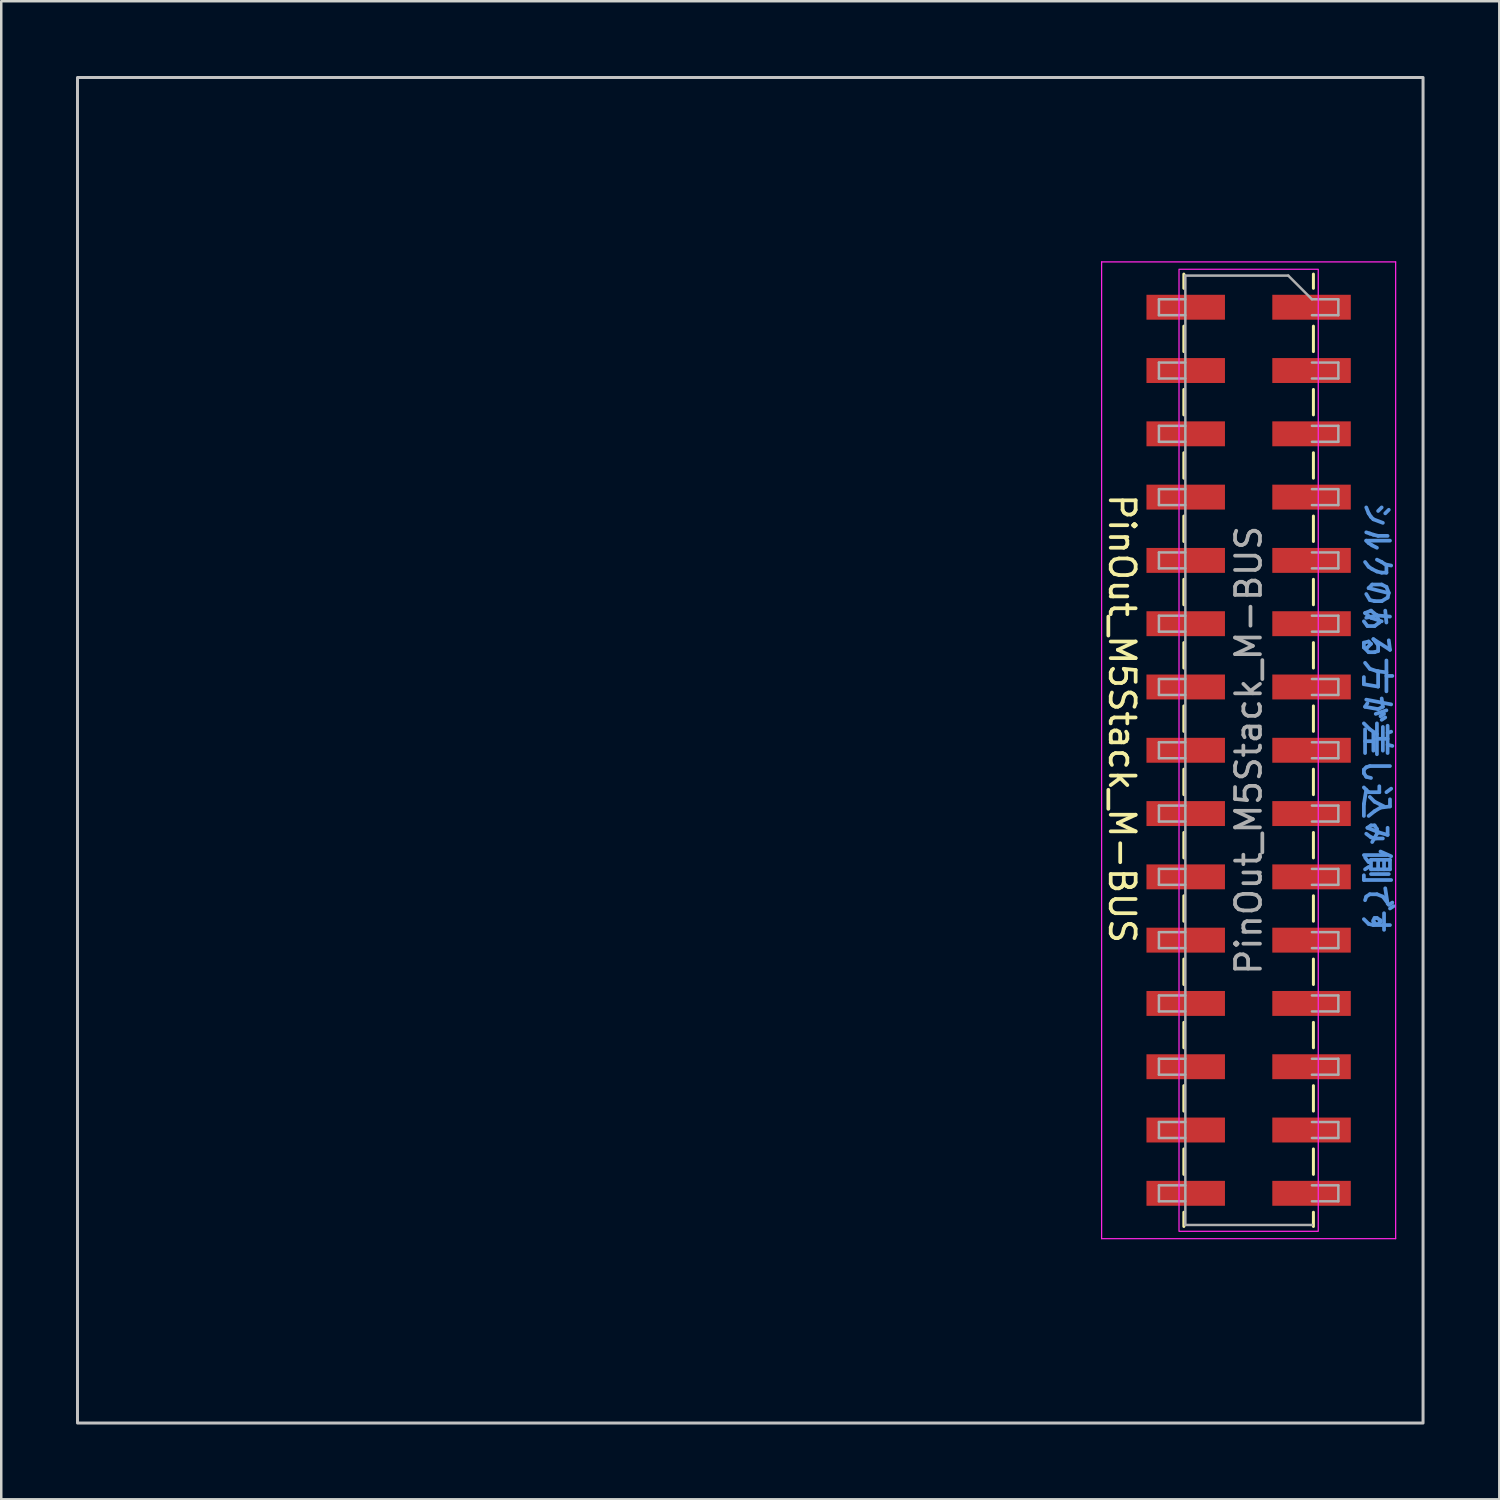
<source format=kicad_pcb>
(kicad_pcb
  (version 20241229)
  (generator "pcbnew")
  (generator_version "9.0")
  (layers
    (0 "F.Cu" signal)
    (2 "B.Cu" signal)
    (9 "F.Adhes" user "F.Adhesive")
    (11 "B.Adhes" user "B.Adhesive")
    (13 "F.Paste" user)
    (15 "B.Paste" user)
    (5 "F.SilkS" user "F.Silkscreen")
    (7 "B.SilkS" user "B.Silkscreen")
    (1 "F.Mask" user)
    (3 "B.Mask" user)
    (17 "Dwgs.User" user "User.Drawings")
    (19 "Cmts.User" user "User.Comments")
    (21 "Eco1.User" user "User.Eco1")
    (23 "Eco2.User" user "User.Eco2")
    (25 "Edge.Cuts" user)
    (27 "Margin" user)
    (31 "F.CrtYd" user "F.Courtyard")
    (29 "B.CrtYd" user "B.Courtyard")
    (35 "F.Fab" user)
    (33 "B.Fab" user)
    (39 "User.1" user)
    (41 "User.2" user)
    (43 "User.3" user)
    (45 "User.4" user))
  (footprint "PinOut_M5Stack_M-BUS"
    (layer "F.Cu")
    (at 47.06 27.06)
    (property "Reference" "PinOut_M5Stack_M-BUS" (at -5.08 -1.27 270) (unlocked yes) (layer "F.SilkS") (effects (font (size 1 1) (thickness 0.15))))
    (attr through_hole)
    (fp_line (start -2.6 -19.11) (end -2.6 -18.54) (stroke (width 0.12) (type solid)) (layer "F.SilkS"))
    (fp_line (start -2.6 -17.02) (end -2.6 -16) (stroke (width 0.12) (type solid)) (layer "F.SilkS"))
    (fp_line (start -2.6 -14.48) (end -2.6 -13.46) (stroke (width 0.12) (type solid)) (layer "F.SilkS"))
    (fp_line (start -2.6 -11.94) (end -2.6 -10.92) (stroke (width 0.12) (type solid)) (layer "F.SilkS"))
    (fp_line (start -2.6 -9.4) (end -2.6 -8.38) (stroke (width 0.12) (type solid)) (layer "F.SilkS"))
    (fp_line (start -2.6 -6.86) (end -2.6 -5.84) (stroke (width 0.12) (type solid)) (layer "F.SilkS"))
    (fp_line (start -2.6 -4.32) (end -2.6 -3.3) (stroke (width 0.12) (type solid)) (layer "F.SilkS"))
    (fp_line (start -2.6 -1.78) (end -2.6 -0.76) (stroke (width 0.12) (type solid)) (layer "F.SilkS"))
    (fp_line (start -2.6 0.76) (end -2.6 1.78) (stroke (width 0.12) (type solid)) (layer "F.SilkS"))
    (fp_line (start -2.6 3.3) (end -2.6 4.32) (stroke (width 0.12) (type solid)) (layer "F.SilkS"))
    (fp_line (start -2.6 5.84) (end -2.6 6.86) (stroke (width 0.12) (type solid)) (layer "F.SilkS"))
    (fp_line (start -2.6 8.38) (end -2.6 9.4) (stroke (width 0.12) (type solid)) (layer "F.SilkS"))
    (fp_line (start -2.6 10.92) (end -2.6 11.94) (stroke (width 0.12) (type solid)) (layer "F.SilkS"))
    (fp_line (start -2.6 13.46) (end -2.6 14.48) (stroke (width 0.12) (type solid)) (layer "F.SilkS"))
    (fp_line (start -2.6 16) (end -2.6 17.02) (stroke (width 0.12) (type solid)) (layer "F.SilkS"))
    (fp_line (start -2.6 18.54) (end -2.6 19.11) (stroke (width 0.12) (type solid)) (layer "F.SilkS"))
    (fp_line (start 2.6 -19.11) (end 2.6 -18.54) (stroke (width 0.12) (type solid)) (layer "F.SilkS"))
    (fp_line (start 2.6 -17.02) (end 2.6 -16) (stroke (width 0.12) (type solid)) (layer "F.SilkS"))
    (fp_line (start 2.6 -14.48) (end 2.6 -13.46) (stroke (width 0.12) (type solid)) (layer "F.SilkS"))
    (fp_line (start 2.6 -11.94) (end 2.6 -10.92) (stroke (width 0.12) (type solid)) (layer "F.SilkS"))
    (fp_line (start 2.6 -9.4) (end 2.6 -8.38) (stroke (width 0.12) (type solid)) (layer "F.SilkS"))
    (fp_line (start 2.6 -6.86) (end 2.6 -5.84) (stroke (width 0.12) (type solid)) (layer "F.SilkS"))
    (fp_line (start 2.6 -4.32) (end 2.6 -3.3) (stroke (width 0.12) (type solid)) (layer "F.SilkS"))
    (fp_line (start 2.6 -1.78) (end 2.6 -0.76) (stroke (width 0.12) (type solid)) (layer "F.SilkS"))
    (fp_line (start 2.6 0.76) (end 2.6 1.78) (stroke (width 0.12) (type solid)) (layer "F.SilkS"))
    (fp_line (start 2.6 3.3) (end 2.6 4.32) (stroke (width 0.12) (type solid)) (layer "F.SilkS"))
    (fp_line (start 2.6 5.84) (end 2.6 6.86) (stroke (width 0.12) (type solid)) (layer "F.SilkS"))
    (fp_line (start 2.6 8.38) (end 2.6 9.4) (stroke (width 0.12) (type solid)) (layer "F.SilkS"))
    (fp_line (start 2.6 10.92) (end 2.6 11.94) (stroke (width 0.12) (type solid)) (layer "F.SilkS"))
    (fp_line (start 2.6 13.46) (end 2.6 14.48) (stroke (width 0.12) (type solid)) (layer "F.SilkS"))
    (fp_line (start 2.6 16) (end 2.6 17.02) (stroke (width 0.12) (type solid)) (layer "F.SilkS"))
    (fp_line (start 2.6 18.54) (end 2.6 19.11) (stroke (width 0.12) (type solid)) (layer "F.SilkS"))
    (fp_rect (start -47 -27) (end 7 27) (stroke (width 0.12) (type default)) (fill no) (layer "Dwgs.User"))
    (fp_line (start -5.9 -19.6) (end 5.9 -19.6) (stroke (width 0.05) (type solid)) (layer "F.CrtYd"))
    (fp_line (start -5.9 19.6) (end -5.9 -19.6) (stroke (width 0.05) (type solid)) (layer "F.CrtYd"))
    (fp_line (start 5.9 -19.6) (end 5.9 19.6) (stroke (width 0.05) (type solid)) (layer "F.CrtYd"))
    (fp_line (start 5.9 19.6) (end -5.9 19.6) (stroke (width 0.05) (type solid)) (layer "F.CrtYd"))
    (fp_rect (start 2.794 -19.304) (end -2.794 19.304) (stroke (width 0.05) (type default)) (fill no) (layer "F.CrtYd"))
    (fp_line (start -3.6 -18.1) (end -3.6 -17.46) (stroke (width 0.1) (type solid)) (layer "F.Fab"))
    (fp_line (start -3.6 -17.46) (end -2.54 -17.46) (stroke (width 0.1) (type solid)) (layer "F.Fab"))
    (fp_line (start -3.6 -15.56) (end -3.6 -14.92) (stroke (width 0.1) (type solid)) (layer "F.Fab"))
    (fp_line (start -3.6 -14.92) (end -2.54 -14.92) (stroke (width 0.1) (type solid)) (layer "F.Fab"))
    (fp_line (start -3.6 -13.02) (end -3.6 -12.38) (stroke (width 0.1) (type solid)) (layer "F.Fab"))
    (fp_line (start -3.6 -12.38) (end -2.54 -12.38) (stroke (width 0.1) (type solid)) (layer "F.Fab"))
    (fp_line (start -3.6 -10.48) (end -3.6 -9.84) (stroke (width 0.1) (type solid)) (layer "F.Fab"))
    (fp_line (start -3.6 -9.84) (end -2.54 -9.84) (stroke (width 0.1) (type solid)) (layer "F.Fab"))
    (fp_line (start -3.6 -7.94) (end -3.6 -7.3) (stroke (width 0.1) (type solid)) (layer "F.Fab"))
    (fp_line (start -3.6 -7.3) (end -2.54 -7.3) (stroke (width 0.1) (type solid)) (layer "F.Fab"))
    (fp_line (start -3.6 -5.4) (end -3.6 -4.76) (stroke (width 0.1) (type solid)) (layer "F.Fab"))
    (fp_line (start -3.6 -4.76) (end -2.54 -4.76) (stroke (width 0.1) (type solid)) (layer "F.Fab"))
    (fp_line (start -3.6 -2.86) (end -3.6 -2.22) (stroke (width 0.1) (type solid)) (layer "F.Fab"))
    (fp_line (start -3.6 -2.22) (end -2.54 -2.22) (stroke (width 0.1) (type solid)) (layer "F.Fab"))
    (fp_line (start -3.6 -0.32) (end -3.6 0.32) (stroke (width 0.1) (type solid)) (layer "F.Fab"))
    (fp_line (start -3.6 0.32) (end -2.54 0.32) (stroke (width 0.1) (type solid)) (layer "F.Fab"))
    (fp_line (start -3.6 2.22) (end -3.6 2.86) (stroke (width 0.1) (type solid)) (layer "F.Fab"))
    (fp_line (start -3.6 2.86) (end -2.54 2.86) (stroke (width 0.1) (type solid)) (layer "F.Fab"))
    (fp_line (start -3.6 4.76) (end -3.6 5.4) (stroke (width 0.1) (type solid)) (layer "F.Fab"))
    (fp_line (start -3.6 5.4) (end -2.54 5.4) (stroke (width 0.1) (type solid)) (layer "F.Fab"))
    (fp_line (start -3.6 7.3) (end -3.6 7.94) (stroke (width 0.1) (type solid)) (layer "F.Fab"))
    (fp_line (start -3.6 7.94) (end -2.54 7.94) (stroke (width 0.1) (type solid)) (layer "F.Fab"))
    (fp_line (start -3.6 9.84) (end -3.6 10.48) (stroke (width 0.1) (type solid)) (layer "F.Fab"))
    (fp_line (start -3.6 10.48) (end -2.54 10.48) (stroke (width 0.1) (type solid)) (layer "F.Fab"))
    (fp_line (start -3.6 12.38) (end -3.6 13.02) (stroke (width 0.1) (type solid)) (layer "F.Fab"))
    (fp_line (start -3.6 13.02) (end -2.54 13.02) (stroke (width 0.1) (type solid)) (layer "F.Fab"))
    (fp_line (start -3.6 14.92) (end -3.6 15.56) (stroke (width 0.1) (type solid)) (layer "F.Fab"))
    (fp_line (start -3.6 15.56) (end -2.54 15.56) (stroke (width 0.1) (type solid)) (layer "F.Fab"))
    (fp_line (start -3.6 17.46) (end -3.6 18.1) (stroke (width 0.1) (type solid)) (layer "F.Fab"))
    (fp_line (start -3.6 18.1) (end -2.54 18.1) (stroke (width 0.1) (type solid)) (layer "F.Fab"))
    (fp_line (start -2.54 -19.05) (end -2.54 19.05) (stroke (width 0.1) (type solid)) (layer "F.Fab"))
    (fp_line (start -2.54 -18.1) (end -3.6 -18.1) (stroke (width 0.1) (type solid)) (layer "F.Fab"))
    (fp_line (start -2.54 -15.56) (end -3.6 -15.56) (stroke (width 0.1) (type solid)) (layer "F.Fab"))
    (fp_line (start -2.54 -13.02) (end -3.6 -13.02) (stroke (width 0.1) (type solid)) (layer "F.Fab"))
    (fp_line (start -2.54 -10.48) (end -3.6 -10.48) (stroke (width 0.1) (type solid)) (layer "F.Fab"))
    (fp_line (start -2.54 -7.94) (end -3.6 -7.94) (stroke (width 0.1) (type solid)) (layer "F.Fab"))
    (fp_line (start -2.54 -5.4) (end -3.6 -5.4) (stroke (width 0.1) (type solid)) (layer "F.Fab"))
    (fp_line (start -2.54 -2.86) (end -3.6 -2.86) (stroke (width 0.1) (type solid)) (layer "F.Fab"))
    (fp_line (start -2.54 -0.32) (end -3.6 -0.32) (stroke (width 0.1) (type solid)) (layer "F.Fab"))
    (fp_line (start -2.54 2.22) (end -3.6 2.22) (stroke (width 0.1) (type solid)) (layer "F.Fab"))
    (fp_line (start -2.54 4.76) (end -3.6 4.76) (stroke (width 0.1) (type solid)) (layer "F.Fab"))
    (fp_line (start -2.54 7.3) (end -3.6 7.3) (stroke (width 0.1) (type solid)) (layer "F.Fab"))
    (fp_line (start -2.54 9.84) (end -3.6 9.84) (stroke (width 0.1) (type solid)) (layer "F.Fab"))
    (fp_line (start -2.54 12.38) (end -3.6 12.38) (stroke (width 0.1) (type solid)) (layer "F.Fab"))
    (fp_line (start -2.54 14.92) (end -3.6 14.92) (stroke (width 0.1) (type solid)) (layer "F.Fab"))
    (fp_line (start -2.54 17.46) (end -3.6 17.46) (stroke (width 0.1) (type solid)) (layer "F.Fab"))
    (fp_line (start -2.54 19.05) (end 2.54 19.05) (stroke (width 0.1) (type solid)) (layer "F.Fab"))
    (fp_line (start 1.59 -19.05) (end -2.54 -19.05) (stroke (width 0.1) (type solid)) (layer "F.Fab"))
    (fp_line (start 2.54 -18.1) (end 1.59 -19.05) (stroke (width 0.1) (type solid)) (layer "F.Fab"))
    (fp_line (start 2.54 -18.1) (end 3.6 -18.1) (stroke (width 0.1) (type solid)) (layer "F.Fab"))
    (fp_line (start 2.54 -15.56) (end 3.6 -15.56) (stroke (width 0.1) (type solid)) (layer "F.Fab"))
    (fp_line (start 2.54 -13.02) (end 3.6 -13.02) (stroke (width 0.1) (type solid)) (layer "F.Fab"))
    (fp_line (start 2.54 -10.48) (end 3.6 -10.48) (stroke (width 0.1) (type solid)) (layer "F.Fab"))
    (fp_line (start 2.54 -7.94) (end 3.6 -7.94) (stroke (width 0.1) (type solid)) (layer "F.Fab"))
    (fp_line (start 2.54 -5.4) (end 3.6 -5.4) (stroke (width 0.1) (type solid)) (layer "F.Fab"))
    (fp_line (start 2.54 -2.86) (end 3.6 -2.86) (stroke (width 0.1) (type solid)) (layer "F.Fab"))
    (fp_line (start 2.54 -0.32) (end 3.6 -0.32) (stroke (width 0.1) (type solid)) (layer "F.Fab"))
    (fp_line (start 2.54 2.22) (end 3.6 2.22) (stroke (width 0.1) (type solid)) (layer "F.Fab"))
    (fp_line (start 2.54 4.76) (end 3.6 4.76) (stroke (width 0.1) (type solid)) (layer "F.Fab"))
    (fp_line (start 2.54 7.3) (end 3.6 7.3) (stroke (width 0.1) (type solid)) (layer "F.Fab"))
    (fp_line (start 2.54 9.84) (end 3.6 9.84) (stroke (width 0.1) (type solid)) (layer "F.Fab"))
    (fp_line (start 2.54 12.38) (end 3.6 12.38) (stroke (width 0.1) (type solid)) (layer "F.Fab"))
    (fp_line (start 2.54 14.92) (end 3.6 14.92) (stroke (width 0.1) (type solid)) (layer "F.Fab"))
    (fp_line (start 2.54 17.46) (end 3.6 17.46) (stroke (width 0.1) (type solid)) (layer "F.Fab"))
    (fp_line (start 3.6 -18.1) (end 3.6 -17.46) (stroke (width 0.1) (type solid)) (layer "F.Fab"))
    (fp_line (start 3.6 -17.46) (end 2.54 -17.46) (stroke (width 0.1) (type solid)) (layer "F.Fab"))
    (fp_line (start 3.6 -15.56) (end 3.6 -14.92) (stroke (width 0.1) (type solid)) (layer "F.Fab"))
    (fp_line (start 3.6 -14.92) (end 2.54 -14.92) (stroke (width 0.1) (type solid)) (layer "F.Fab"))
    (fp_line (start 3.6 -13.02) (end 3.6 -12.38) (stroke (width 0.1) (type solid)) (layer "F.Fab"))
    (fp_line (start 3.6 -12.38) (end 2.54 -12.38) (stroke (width 0.1) (type solid)) (layer "F.Fab"))
    (fp_line (start 3.6 -10.48) (end 3.6 -9.84) (stroke (width 0.1) (type solid)) (layer "F.Fab"))
    (fp_line (start 3.6 -9.84) (end 2.54 -9.84) (stroke (width 0.1) (type solid)) (layer "F.Fab"))
    (fp_line (start 3.6 -7.94) (end 3.6 -7.3) (stroke (width 0.1) (type solid)) (layer "F.Fab"))
    (fp_line (start 3.6 -7.3) (end 2.54 -7.3) (stroke (width 0.1) (type solid)) (layer "F.Fab"))
    (fp_line (start 3.6 -5.4) (end 3.6 -4.76) (stroke (width 0.1) (type solid)) (layer "F.Fab"))
    (fp_line (start 3.6 -4.76) (end 2.54 -4.76) (stroke (width 0.1) (type solid)) (layer "F.Fab"))
    (fp_line (start 3.6 -2.86) (end 3.6 -2.22) (stroke (width 0.1) (type solid)) (layer "F.Fab"))
    (fp_line (start 3.6 -2.22) (end 2.54 -2.22) (stroke (width 0.1) (type solid)) (layer "F.Fab"))
    (fp_line (start 3.6 -0.32) (end 3.6 0.32) (stroke (width 0.1) (type solid)) (layer "F.Fab"))
    (fp_line (start 3.6 0.32) (end 2.54 0.32) (stroke (width 0.1) (type solid)) (layer "F.Fab"))
    (fp_line (start 3.6 2.22) (end 3.6 2.86) (stroke (width 0.1) (type solid)) (layer "F.Fab"))
    (fp_line (start 3.6 2.86) (end 2.54 2.86) (stroke (width 0.1) (type solid)) (layer "F.Fab"))
    (fp_line (start 3.6 4.76) (end 3.6 5.4) (stroke (width 0.1) (type solid)) (layer "F.Fab"))
    (fp_line (start 3.6 5.4) (end 2.54 5.4) (stroke (width 0.1) (type solid)) (layer "F.Fab"))
    (fp_line (start 3.6 7.3) (end 3.6 7.94) (stroke (width 0.1) (type solid)) (layer "F.Fab"))
    (fp_line (start 3.6 7.94) (end 2.54 7.94) (stroke (width 0.1) (type solid)) (layer "F.Fab"))
    (fp_line (start 3.6 9.84) (end 3.6 10.48) (stroke (width 0.1) (type solid)) (layer "F.Fab"))
    (fp_line (start 3.6 10.48) (end 2.54 10.48) (stroke (width 0.1) (type solid)) (layer "F.Fab"))
    (fp_line (start 3.6 12.38) (end 3.6 13.02) (stroke (width 0.1) (type solid)) (layer "F.Fab"))
    (fp_line (start 3.6 13.02) (end 2.54 13.02) (stroke (width 0.1) (type solid)) (layer "F.Fab"))
    (fp_line (start 3.6 14.92) (end 3.6 15.56) (stroke (width 0.1) (type solid)) (layer "F.Fab"))
    (fp_line (start 3.6 15.56) (end 2.54 15.56) (stroke (width 0.1) (type solid)) (layer "F.Fab"))
    (fp_line (start 3.6 17.46) (end 3.6 18.1) (stroke (width 0.1) (type solid)) (layer "F.Fab"))
    (fp_line (start 3.6 18.1) (end 2.54 18.1) (stroke (width 0.1) (type solid)) (layer "F.Fab"))
    (fp_text user "シルクのある方が差し込み側です" (at 5.08 -1.27 270) (unlocked yes) (layer "Cmts.User") (effects (font (size 1 1) (thickness 0.15))))
    (fp_text user "${REFERENCE}" (at 0 0 90) (layer "F.Fab") (effects (font (size 1 1) (thickness 0.15))))
    (pad "1" smd rect (at 2.525 -17.78) (size 3.15 1) (layers "F.Cu" "F.Mask" "F.Paste"))
    (pad "2" smd rect (at -2.525 -17.78) (size 3.15 1) (layers "F.Cu" "F.Mask" "F.Paste"))
    (pad "3" smd rect (at 2.525 -15.24) (size 3.15 1) (layers "F.Cu" "F.Mask" "F.Paste"))
    (pad "4" smd rect (at -2.525 -15.24) (size 3.15 1) (layers "F.Cu" "F.Mask" "F.Paste"))
    (pad "5" smd rect (at 2.525 -12.7) (size 3.15 1) (layers "F.Cu" "F.Mask" "F.Paste"))
    (pad "6" smd rect (at -2.525 -12.7) (size 3.15 1) (layers "F.Cu" "F.Mask" "F.Paste"))
    (pad "7" smd rect (at 2.525 -10.16) (size 3.15 1) (layers "F.Cu" "F.Mask" "F.Paste"))
    (pad "8" smd rect (at -2.525 -10.16) (size 3.15 1) (layers "F.Cu" "F.Mask" "F.Paste"))
    (pad "9" smd rect (at 2.525 -7.62) (size 3.15 1) (layers "F.Cu" "F.Mask" "F.Paste"))
    (pad "10" smd rect (at -2.525 -7.62) (size 3.15 1) (layers "F.Cu" "F.Mask" "F.Paste"))
    (pad "11" smd rect (at 2.525 -5.08) (size 3.15 1) (layers "F.Cu" "F.Mask" "F.Paste"))
    (pad "12" smd rect (at -2.525 -5.08) (size 3.15 1) (layers "F.Cu" "F.Mask" "F.Paste"))
    (pad "13" smd rect (at 2.525 -2.54) (size 3.15 1) (layers "F.Cu" "F.Mask" "F.Paste"))
    (pad "14" smd rect (at -2.525 -2.54) (size 3.15 1) (layers "F.Cu" "F.Mask" "F.Paste"))
    (pad "15" smd rect (at 2.525 0) (size 3.15 1) (layers "F.Cu" "F.Mask" "F.Paste"))
    (pad "16" smd rect (at -2.525 0) (size 3.15 1) (layers "F.Cu" "F.Mask" "F.Paste"))
    (pad "17" smd rect (at 2.525 2.54) (size 3.15 1) (layers "F.Cu" "F.Mask" "F.Paste"))
    (pad "18" smd rect (at -2.525 2.54) (size 3.15 1) (layers "F.Cu" "F.Mask" "F.Paste"))
    (pad "19" smd rect (at 2.525 5.08) (size 3.15 1) (layers "F.Cu" "F.Mask" "F.Paste"))
    (pad "20" smd rect (at -2.525 5.08) (size 3.15 1) (layers "F.Cu" "F.Mask" "F.Paste"))
    (pad "21" smd rect (at 2.525 7.62) (size 3.15 1) (layers "F.Cu" "F.Mask" "F.Paste"))
    (pad "22" smd rect (at -2.525 7.62) (size 3.15 1) (layers "F.Cu" "F.Mask" "F.Paste"))
    (pad "23" smd rect (at 2.525 10.16) (size 3.15 1) (layers "F.Cu" "F.Mask" "F.Paste"))
    (pad "24" smd rect (at -2.525 10.16) (size 3.15 1) (layers "F.Cu" "F.Mask" "F.Paste"))
    (pad "25" smd rect (at 2.525 12.7) (size 3.15 1) (layers "F.Cu" "F.Mask" "F.Paste"))
    (pad "26" smd rect (at -2.525 12.7) (size 3.15 1) (layers "F.Cu" "F.Mask" "F.Paste"))
    (pad "27" smd rect (at 2.525 15.24) (size 3.15 1) (layers "F.Cu" "F.Mask" "F.Paste"))
    (pad "28" smd rect (at -2.525 15.24) (size 3.15 1) (layers "F.Cu" "F.Mask" "F.Paste"))
    (pad "29" smd rect (at 2.525 17.78) (size 3.15 1) (layers "F.Cu" "F.Mask" "F.Paste"))
    (pad "30" smd rect (at -2.525 17.78) (size 3.15 1) (layers "F.Cu" "F.Mask" "F.Paste")))
  (gr_rect
    (start -3 -3)
    (end 57.12 57.12)
    (stroke (width 0.1) (type default))
    (fill no)
    (layer "Edge.Cuts")))
</source>
